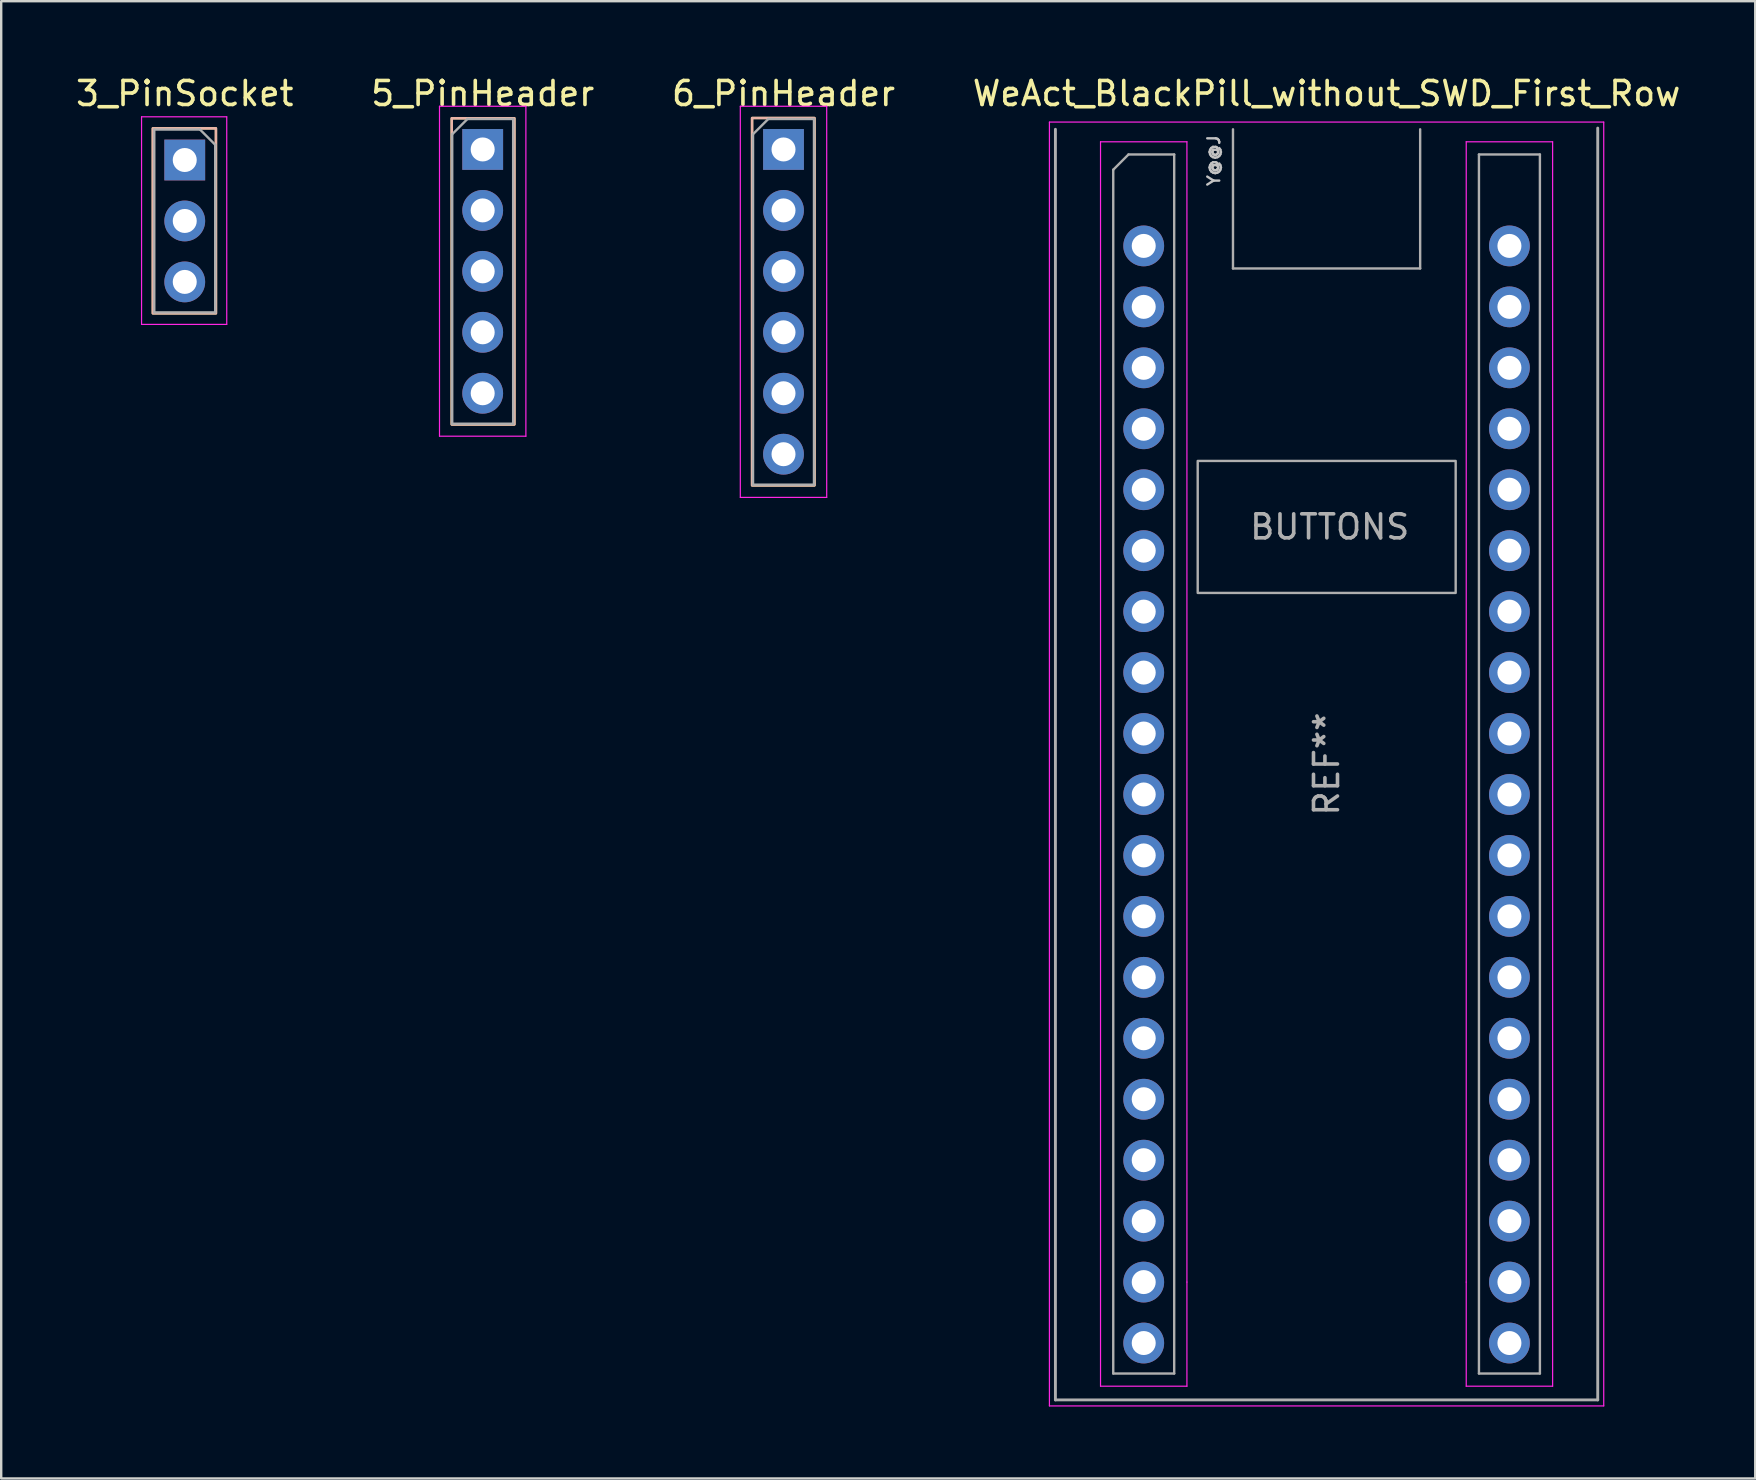
<source format=kicad_pcb>
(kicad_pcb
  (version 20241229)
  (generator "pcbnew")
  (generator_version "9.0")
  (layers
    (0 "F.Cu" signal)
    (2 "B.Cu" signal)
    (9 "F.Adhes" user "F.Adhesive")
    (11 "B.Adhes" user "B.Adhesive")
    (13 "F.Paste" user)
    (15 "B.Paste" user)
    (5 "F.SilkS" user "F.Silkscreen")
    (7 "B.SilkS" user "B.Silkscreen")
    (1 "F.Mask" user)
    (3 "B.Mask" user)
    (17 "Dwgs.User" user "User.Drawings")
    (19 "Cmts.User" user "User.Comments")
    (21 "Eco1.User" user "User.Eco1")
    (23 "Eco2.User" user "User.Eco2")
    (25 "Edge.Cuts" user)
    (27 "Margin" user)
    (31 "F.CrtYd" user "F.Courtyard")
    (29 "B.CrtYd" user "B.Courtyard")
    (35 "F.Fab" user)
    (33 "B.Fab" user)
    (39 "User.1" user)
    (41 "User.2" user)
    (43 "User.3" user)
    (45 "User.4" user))
  (footprint "5_PinHeader"
    (layer "F.Cu")
    (at 17.065 3.178)
    (property "Reference" "5_PinHeader" (at 0 -2.33 0) (layer "F.SilkS") (effects (font (size 1 1) (thickness 0.15))))
    (attr through_hole)
    (fp_rect (start -1.29 -1.3) (end 1.32 11.46) (stroke (width 0.1) (type solid)) (fill no) (layer "F.SilkS"))
    (fp_rect (start -1.29 -1.3) (end 1.32 11.46) (stroke (width 0.1) (type solid)) (fill no) (layer "B.SilkS"))
    (fp_line (start -1.8 -1.8) (end -1.8 11.95) (stroke (width 0.05) (type solid)) (layer "F.CrtYd"))
    (fp_line (start -1.8 11.95) (end 1.8 11.95) (stroke (width 0.05) (type solid)) (layer "F.CrtYd"))
    (fp_line (start 1.8 -1.8) (end -1.8 -1.8) (stroke (width 0.05) (type solid)) (layer "F.CrtYd"))
    (fp_line (start 1.8 11.95) (end 1.8 -1.8) (stroke (width 0.05) (type solid)) (layer "F.CrtYd"))
    (fp_line (start -1.27 -0.635) (end -0.635 -1.27) (stroke (width 0.1) (type solid)) (layer "F.Fab"))
    (fp_line (start -1.27 11.43) (end -1.27 -0.635) (stroke (width 0.1) (type solid)) (layer "F.Fab"))
    (fp_line (start -0.635 -1.27) (end 1.27 -1.27) (stroke (width 0.1) (type solid)) (layer "F.Fab"))
    (fp_line (start 1.27 -1.27) (end 1.27 11.43) (stroke (width 0.1) (type solid)) (layer "F.Fab"))
    (fp_line (start 1.27 11.43) (end -1.27 11.43) (stroke (width 0.1) (type solid)) (layer "F.Fab"))
    (pad "1" thru_hole rect (at 0 0) (size 1.7 1.7) (drill 1) (layers "*.Cu" "*.Mask"))
    (pad "2" thru_hole oval (at 0 2.54) (size 1.7 1.7) (drill 1) (layers "*.Cu" "*.Mask"))
    (pad "3" thru_hole oval (at 0 5.08) (size 1.7 1.7) (drill 1) (layers "*.Cu" "*.Mask"))
    (pad "4" thru_hole oval (at 0 7.62) (size 1.7 1.7) (drill 1) (layers "*.Cu" "*.Mask"))
    (pad "5" thru_hole oval (at 0 10.16) (size 1.7 1.7) (drill 1) (layers "*.Cu" "*.Mask")))
  (footprint "3_PinSocket"
    (layer "F.Cu")
    (at 4.649 3.618)
    (property "Reference" "3_PinSocket" (at 0 -2.77 0) (layer "F.SilkS") (effects (font (size 1 1) (thickness 0.15))))
    (attr through_hole)
    (fp_rect (start -1.33 -1.32) (end 1.3 6.39) (stroke (width 0.1) (type solid)) (fill no) (layer "F.SilkS"))
    (fp_rect (start -1.33 -1.32) (end 1.3 6.39) (stroke (width 0.1) (type solid)) (fill no) (layer "B.SilkS"))
    (fp_line (start -1.8 -1.8) (end 1.75 -1.8) (stroke (width 0.05) (type solid)) (layer "F.CrtYd"))
    (fp_line (start -1.8 6.85) (end -1.8 -1.8) (stroke (width 0.05) (type solid)) (layer "F.CrtYd"))
    (fp_line (start 1.75 -1.8) (end 1.75 6.85) (stroke (width 0.05) (type solid)) (layer "F.CrtYd"))
    (fp_line (start 1.75 6.85) (end -1.8 6.85) (stroke (width 0.05) (type solid)) (layer "F.CrtYd"))
    (fp_line (start -1.27 -1.27) (end 0.635 -1.27) (stroke (width 0.1) (type solid)) (layer "F.Fab"))
    (fp_line (start -1.27 6.35) (end -1.27 -1.27) (stroke (width 0.1) (type solid)) (layer "F.Fab"))
    (fp_line (start 0.635 -1.27) (end 1.27 -0.635) (stroke (width 0.1) (type solid)) (layer "F.Fab"))
    (fp_line (start 1.27 -0.635) (end 1.27 6.35) (stroke (width 0.1) (type solid)) (layer "F.Fab"))
    (fp_line (start 1.27 6.35) (end -1.27 6.35) (stroke (width 0.1) (type solid)) (layer "F.Fab"))
    (pad "1" thru_hole rect (at 0 0) (size 1.7 1.7) (drill 1) (layers "*.Cu" "*.Mask"))
    (pad "2" thru_hole oval (at 0 2.54) (size 1.7 1.7) (drill 1) (layers "*.Cu" "*.Mask"))
    (pad "3" thru_hole oval (at 0 5.08) (size 1.7 1.7) (drill 1) (layers "*.Cu" "*.Mask")))
  (footprint "WeAct_BlackPill_without_SWD_First_Row"
    (layer "F.Cu")
    (at 44.612 4.658)
    (property "Reference" "WeAct_BlackPill_without_SWD_First_Row" (at 7.62 -3.81 0) (layer "F.SilkS") (effects (font (size 1 1) (thickness 0.15))))
    (attr through_hole)
    (fp_line (start -3.93 -2.62) (end 19.17 -2.62) (stroke (width 0.05) (type solid)) (layer "F.CrtYd"))
    (fp_line (start -3.93 50.88) (end -3.93 -2.62) (stroke (width 0.05) (type solid)) (layer "F.CrtYd"))
    (fp_line (start -1.8 -1.8) (end -1.8 50.06) (stroke (width 0.05) (type solid)) (layer "F.CrtYd"))
    (fp_line (start -1.8 50.06) (end 1.8 50.06) (stroke (width 0.05) (type solid)) (layer "F.CrtYd"))
    (fp_line (start 1.8 -1.8) (end -1.8 -1.8) (stroke (width 0.05) (type solid)) (layer "F.CrtYd"))
    (fp_line (start 1.8 -1.8) (end 1.8 45.72) (stroke (width 0.05) (type solid)) (layer "F.CrtYd"))
    (fp_line (start 1.8 45.72) (end 1.8 50.06) (stroke (width 0.05) (type solid)) (layer "F.CrtYd"))
    (fp_line (start 13.44 -1.8) (end 13.44 45.72) (stroke (width 0.05) (type solid)) (layer "F.CrtYd"))
    (fp_line (start 13.44 -1.8) (end 17.04 -1.8) (stroke (width 0.05) (type solid)) (layer "F.CrtYd"))
    (fp_line (start 13.44 45.72) (end 13.44 50.06) (stroke (width 0.05) (type solid)) (layer "F.CrtYd"))
    (fp_line (start 17.04 -1.8) (end 17.04 50.06) (stroke (width 0.05) (type solid)) (layer "F.CrtYd"))
    (fp_line (start 17.04 50.06) (end 13.44 50.06) (stroke (width 0.05) (type solid)) (layer "F.CrtYd"))
    (fp_line (start 19.17 -2.62) (end 19.17 50.88) (stroke (width 0.05) (type solid)) (layer "F.CrtYd"))
    (fp_line (start 19.17 50.88) (end -3.93 50.88) (stroke (width 0.05) (type solid)) (layer "F.CrtYd"))
    (fp_line (start -3.68 50.63) (end -3.68 -2.32) (stroke (width 0.12) (type solid)) (layer "F.Fab"))
    (fp_line (start -3.68 50.63) (end 18.92 50.63) (stroke (width 0.12) (type solid)) (layer "F.Fab"))
    (fp_line (start -1.27 -0.635) (end -0.635 -1.27) (stroke (width 0.1) (type solid)) (layer "F.Fab"))
    (fp_line (start -1.27 49.53) (end -1.27 -0.635) (stroke (width 0.1) (type solid)) (layer "F.Fab"))
    (fp_line (start -0.635 -1.27) (end 1.27 -1.27) (stroke (width 0.1) (type solid)) (layer "F.Fab"))
    (fp_line (start 1.27 -1.27) (end 1.27 49.53) (stroke (width 0.1) (type solid)) (layer "F.Fab"))
    (fp_line (start 1.27 49.53) (end -1.27 49.53) (stroke (width 0.1) (type solid)) (layer "F.Fab"))
    (fp_line (start 3.72 3.48) (end 3.72 -2.32) (stroke (width 0.1) (type solid)) (layer "F.Fab"))
    (fp_line (start 3.72 3.48) (end 11.52 3.48) (stroke (width 0.1) (type solid)) (layer "F.Fab"))
    (fp_line (start 11.52 3.48) (end 11.52 -2.32) (stroke (width 0.1) (type solid)) (layer "F.Fab"))
    (fp_line (start 13.97 -1.27) (end 16.51 -1.27) (stroke (width 0.1) (type solid)) (layer "F.Fab"))
    (fp_line (start 13.97 49.53) (end 13.97 -1.27) (stroke (width 0.1) (type solid)) (layer "F.Fab"))
    (fp_line (start 16.51 -1.27) (end 16.51 49.53) (stroke (width 0.1) (type solid)) (layer "F.Fab"))
    (fp_line (start 16.51 49.53) (end 13.97 49.53) (stroke (width 0.1) (type solid)) (layer "F.Fab"))
    (fp_line (start 18.92 -2.37) (end 18.92 50.63) (stroke (width 0.12) (type solid)) (layer "F.Fab"))
    (fp_rect (start 2.25 11.5) (end 13 17) (stroke (width 0.1) (type solid)) (fill no) (layer "F.Fab"))
    (fp_text user "Y@@J" (at 2.921 -1.016 90) (unlocked yes) (layer "Dwgs.User") (effects (font (size 0.5 0.5) (thickness 0.1))))
    (fp_text user "BUTTONS" (at 7.75 14.25 0) (unlocked yes) (layer "F.Fab") (effects (font (size 1 1) (thickness 0.15))))
    (fp_text user "REF**" (at 7.62 24.13 90) (layer "F.Fab") (effects (font (size 1 1) (thickness 0.15))))
    (pad "2" thru_hole circle (at 0 2.54) (size 1.7 1.7) (drill 1) (layers "*.Cu" "*.Mask"))
    (pad "3" thru_hole circle (at 0 5.08) (size 1.7 1.7) (drill 1) (layers "*.Cu" "*.Mask"))
    (pad "4" thru_hole circle (at 0 7.62) (size 1.7 1.7) (drill 1) (layers "*.Cu" "*.Mask"))
    (pad "5" thru_hole circle (at 0 10.16) (size 1.7 1.7) (drill 1) (layers "*.Cu" "*.Mask"))
    (pad "6" thru_hole circle (at 0 12.7) (size 1.7 1.7) (drill 1) (layers "*.Cu" "*.Mask"))
    (pad "7" thru_hole circle (at 0 15.24) (size 1.7 1.7) (drill 1) (layers "*.Cu" "*.Mask"))
    (pad "8" thru_hole circle (at 0 17.78) (size 1.7 1.7) (drill 1) (layers "*.Cu" "*.Mask"))
    (pad "9" thru_hole circle (at 0 20.32) (size 1.7 1.7) (drill 1) (layers "*.Cu" "*.Mask"))
    (pad "10" thru_hole circle (at 0 22.86) (size 1.7 1.7) (drill 1) (layers "*.Cu" "*.Mask"))
    (pad "11" thru_hole circle (at 0 25.4) (size 1.7 1.7) (drill 1) (layers "*.Cu" "*.Mask"))
    (pad "12" thru_hole circle (at 0 27.94) (size 1.7 1.7) (drill 1) (layers "*.Cu" "*.Mask"))
    (pad "13" thru_hole circle (at 0 30.48) (size 1.7 1.7) (drill 1) (layers "*.Cu" "*.Mask"))
    (pad "14" thru_hole circle (at 0 33.02) (size 1.7 1.7) (drill 1) (layers "*.Cu" "*.Mask"))
    (pad "15" thru_hole circle (at 0 35.56) (size 1.7 1.7) (drill 1) (layers "*.Cu" "*.Mask"))
    (pad "16" thru_hole circle (at 0 38.1) (size 1.7 1.7) (drill 1) (layers "*.Cu" "*.Mask"))
    (pad "17" thru_hole circle (at 0 40.64) (size 1.7 1.7) (drill 1) (layers "*.Cu" "*.Mask"))
    (pad "18" thru_hole circle (at 0 43.18) (size 1.7 1.7) (drill 1) (layers "*.Cu" "*.Mask"))
    (pad "19" thru_hole circle (at 0 45.72) (size 1.7 1.7) (drill 1) (layers "*.Cu" "*.Mask"))
    (pad "20" thru_hole circle (at 0 48.26) (size 1.7 1.7) (drill 1) (layers "*.Cu" "*.Mask"))
    (pad "21" thru_hole circle (at 15.24 48.26) (size 1.7 1.7) (drill 1) (layers "*.Cu" "*.Mask"))
    (pad "22" thru_hole circle (at 15.24 45.72) (size 1.7 1.7) (drill 1) (layers "*.Cu" "*.Mask"))
    (pad "23" thru_hole circle (at 15.24 43.18) (size 1.7 1.7) (drill 1) (layers "*.Cu" "*.Mask"))
    (pad "24" thru_hole circle (at 15.24 40.64) (size 1.7 1.7) (drill 1) (layers "*.Cu" "*.Mask"))
    (pad "25" thru_hole circle (at 15.24 38.1) (size 1.7 1.7) (drill 1) (layers "*.Cu" "*.Mask"))
    (pad "26" thru_hole circle (at 15.24 35.56) (size 1.7 1.7) (drill 1) (layers "*.Cu" "*.Mask"))
    (pad "27" thru_hole circle (at 15.24 33.02) (size 1.7 1.7) (drill 1) (layers "*.Cu" "*.Mask"))
    (pad "28" thru_hole circle (at 15.24 30.48) (size 1.7 1.7) (drill 1) (layers "*.Cu" "*.Mask"))
    (pad "29" thru_hole circle (at 15.24 27.94) (size 1.7 1.7) (drill 1) (layers "*.Cu" "*.Mask"))
    (pad "30" thru_hole circle (at 15.24 25.4) (size 1.7 1.7) (drill 1) (layers "*.Cu" "*.Mask"))
    (pad "31" thru_hole circle (at 15.24 22.86) (size 1.7 1.7) (drill 1) (layers "*.Cu" "*.Mask"))
    (pad "32" thru_hole circle (at 15.24 20.32) (size 1.7 1.7) (drill 1) (layers "*.Cu" "*.Mask"))
    (pad "33" thru_hole circle (at 15.24 17.78) (size 1.7 1.7) (drill 1) (layers "*.Cu" "*.Mask"))
    (pad "34" thru_hole circle (at 15.24 15.24) (size 1.7 1.7) (drill 1) (layers "*.Cu" "*.Mask"))
    (pad "35" thru_hole circle (at 15.24 12.7) (size 1.7 1.7) (drill 1) (layers "*.Cu" "*.Mask"))
    (pad "36" thru_hole circle (at 15.24 10.16) (size 1.7 1.7) (drill 1) (layers "*.Cu" "*.Mask"))
    (pad "37" thru_hole circle (at 15.24 7.62) (size 1.7 1.7) (drill 1) (layers "*.Cu" "*.Mask"))
    (pad "38" thru_hole circle (at 15.24 5.08) (size 1.7 1.7) (drill 1) (layers "*.Cu" "*.Mask"))
    (pad "39" thru_hole circle (at 15.24 2.54) (size 1.7 1.7) (drill 1) (layers "*.Cu" "*.Mask")))
  (footprint "6_PinHeader"
    (layer "F.Cu")
    (at 29.601 3.178)
    (property "Reference" "6_PinHeader" (at 0 -2.33 0) (layer "F.SilkS") (effects (font (size 1 1) (thickness 0.15))))
    (attr through_hole)
    (fp_rect (start -1.31 -1.31) (end 1.29 14) (stroke (width 0.1) (type solid)) (fill no) (layer "F.SilkS"))
    (fp_rect (start -1.31 -1.31) (end 1.29 14) (stroke (width 0.1) (type solid)) (fill no) (layer "B.SilkS"))
    (fp_line (start -1.8 -1.8) (end -1.8 14.5) (stroke (width 0.05) (type solid)) (layer "F.CrtYd"))
    (fp_line (start -1.8 14.5) (end 1.8 14.5) (stroke (width 0.05) (type solid)) (layer "F.CrtYd"))
    (fp_line (start 1.8 -1.8) (end -1.8 -1.8) (stroke (width 0.05) (type solid)) (layer "F.CrtYd"))
    (fp_line (start 1.8 14.5) (end 1.8 -1.8) (stroke (width 0.05) (type solid)) (layer "F.CrtYd"))
    (fp_line (start -1.27 -0.635) (end -0.635 -1.27) (stroke (width 0.1) (type solid)) (layer "F.Fab"))
    (fp_line (start -1.27 13.97) (end -1.27 -0.635) (stroke (width 0.1) (type solid)) (layer "F.Fab"))
    (fp_line (start -0.635 -1.27) (end 1.27 -1.27) (stroke (width 0.1) (type solid)) (layer "F.Fab"))
    (fp_line (start 1.27 -1.27) (end 1.27 13.97) (stroke (width 0.1) (type solid)) (layer "F.Fab"))
    (fp_line (start 1.27 13.97) (end -1.27 13.97) (stroke (width 0.1) (type solid)) (layer "F.Fab"))
    (pad "1" thru_hole rect (at 0 0) (size 1.7 1.7) (drill 1) (layers "*.Cu" "*.Mask"))
    (pad "2" thru_hole oval (at 0 2.54) (size 1.7 1.7) (drill 1) (layers "*.Cu" "*.Mask"))
    (pad "3" thru_hole oval (at 0 5.08) (size 1.7 1.7) (drill 1) (layers "*.Cu" "*.Mask"))
    (pad "4" thru_hole oval (at 0 7.62) (size 1.7 1.7) (drill 1) (layers "*.Cu" "*.Mask"))
    (pad "5" thru_hole oval (at 0 10.16) (size 1.7 1.7) (drill 1) (layers "*.Cu" "*.Mask"))
    (pad "6" thru_hole oval (at 0 12.7) (size 1.7 1.7) (drill 1) (layers "*.Cu" "*.Mask")))
  (gr_rect
    (start -3 -3)
    (end 70.095 58.563)
    (stroke (width 0.1) (type default))
    (fill no)
    (layer "Edge.Cuts")))
</source>
